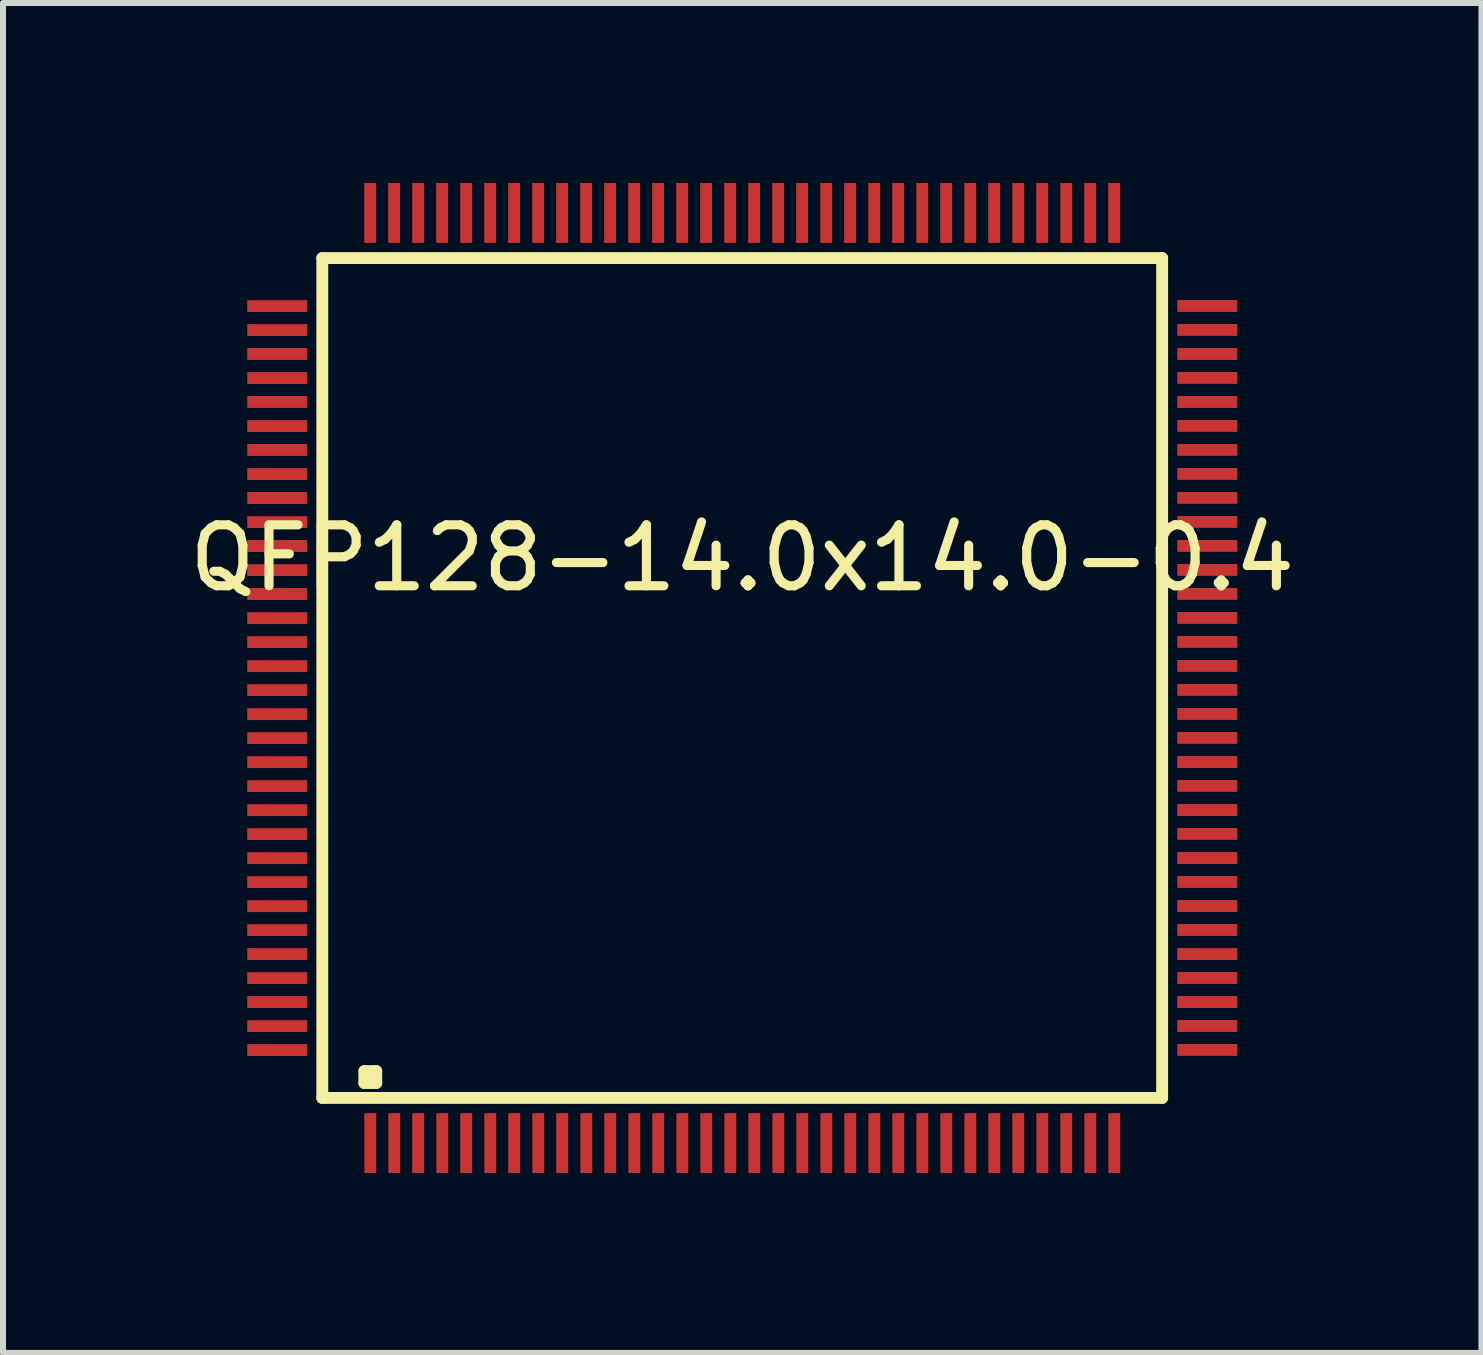
<source format=kicad_pcb>
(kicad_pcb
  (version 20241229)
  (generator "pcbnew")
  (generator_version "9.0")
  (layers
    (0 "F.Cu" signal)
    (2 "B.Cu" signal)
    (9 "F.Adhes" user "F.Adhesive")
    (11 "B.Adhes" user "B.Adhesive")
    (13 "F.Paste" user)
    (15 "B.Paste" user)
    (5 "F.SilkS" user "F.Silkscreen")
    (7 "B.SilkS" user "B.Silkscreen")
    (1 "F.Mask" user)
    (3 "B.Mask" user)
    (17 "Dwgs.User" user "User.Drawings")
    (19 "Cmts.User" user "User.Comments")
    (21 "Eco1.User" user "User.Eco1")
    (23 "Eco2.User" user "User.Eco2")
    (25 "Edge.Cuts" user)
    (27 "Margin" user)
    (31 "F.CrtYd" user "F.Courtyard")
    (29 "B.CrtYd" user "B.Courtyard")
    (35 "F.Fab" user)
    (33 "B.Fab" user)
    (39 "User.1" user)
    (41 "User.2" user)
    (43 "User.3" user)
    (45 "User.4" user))
  (footprint "QFP128-14.0x14.0-0.4"
    (layer "F.Cu")
    (at 9.319 8.249)
    (property "Reference" "QFP128-14.0x14.0-0.4" (at 0 -1.999 0) (layer "F.SilkS") (effects (font (size 1.016 1.016) (thickness 0.152))))
    (attr through_hole)
    (fp_line (start -6.998 -6.998) (end 6.998 -6.998) (stroke (width 0.198) (type solid)) (layer "F.SilkS"))
    (fp_line (start -6.998 6.998) (end -6.998 -6.998) (stroke (width 0.198) (type solid)) (layer "F.SilkS"))
    (fp_line (start -6.297 6.551) (end -6.099 6.551) (stroke (width 0.198) (type solid)) (layer "F.SilkS"))
    (fp_line (start -6.297 6.749) (end -6.297 6.551) (stroke (width 0.198) (type solid)) (layer "F.SilkS"))
    (fp_line (start -6.099 6.551) (end -6.099 6.749) (stroke (width 0.198) (type solid)) (layer "F.SilkS"))
    (fp_line (start -6.099 6.749) (end -6.297 6.749) (stroke (width 0.198) (type solid)) (layer "F.SilkS"))
    (fp_line (start 6.998 -6.998) (end 6.998 6.998) (stroke (width 0.198) (type solid)) (layer "F.SilkS"))
    (fp_line (start 6.998 6.998) (end -6.998 6.998) (stroke (width 0.198) (type solid)) (layer "F.SilkS"))
    (pad "1" smd rect (at -6.198 7.75) (size 0.198 0.998) (layers "*.Mask" "F.Cu"))
    (pad "2" smd rect (at -5.799 7.75) (size 0.198 0.998) (layers "*.Mask" "F.Cu"))
    (pad "3" smd rect (at -5.4 7.75) (size 0.198 0.998) (layers "*.Mask" "F.Cu"))
    (pad "4" smd rect (at -4.999 7.75) (size 0.198 0.998) (layers "*.Mask" "F.Cu"))
    (pad "5" smd rect (at -4.6 7.75) (size 0.198 0.998) (layers "*.Mask" "F.Cu"))
    (pad "6" smd rect (at -4.199 7.75) (size 0.198 0.998) (layers "*.Mask" "F.Cu"))
    (pad "7" smd rect (at -3.8 7.75) (size 0.198 0.998) (layers "*.Mask" "F.Cu"))
    (pad "8" smd rect (at -3.399 7.75) (size 0.198 0.998) (layers "*.Mask" "F.Cu"))
    (pad "9" smd rect (at -3 7.75) (size 0.198 0.998) (layers "*.Mask" "F.Cu"))
    (pad "10" smd rect (at -2.598 7.75) (size 0.198 0.998) (layers "*.Mask" "F.Cu"))
    (pad "11" smd rect (at -2.2 7.75) (size 0.198 0.998) (layers "*.Mask" "F.Cu"))
    (pad "12" smd rect (at -1.798 7.75) (size 0.198 0.998) (layers "*.Mask" "F.Cu"))
    (pad "13" smd rect (at -1.4 7.75) (size 0.198 0.998) (layers "*.Mask" "F.Cu"))
    (pad "14" smd rect (at -0.998 7.75) (size 0.198 0.998) (layers "*.Mask" "F.Cu"))
    (pad "15" smd rect (at -0.599 7.75) (size 0.198 0.998) (layers "*.Mask" "F.Cu"))
    (pad "16" smd rect (at -0.198 7.75) (size 0.198 0.998) (layers "*.Mask" "F.Cu"))
    (pad "17" smd rect (at 0.201 7.75) (size 0.198 0.998) (layers "*.Mask" "F.Cu"))
    (pad "18" smd rect (at 0.602 7.75) (size 0.198 0.998) (layers "*.Mask" "F.Cu"))
    (pad "19" smd rect (at 1.001 7.75) (size 0.198 0.998) (layers "*.Mask" "F.Cu"))
    (pad "20" smd rect (at 1.402 7.75) (size 0.198 0.998) (layers "*.Mask" "F.Cu"))
    (pad "21" smd rect (at 1.801 7.75) (size 0.198 0.998) (layers "*.Mask" "F.Cu"))
    (pad "22" smd rect (at 2.202 7.75) (size 0.198 0.998) (layers "*.Mask" "F.Cu"))
    (pad "23" smd rect (at 2.601 7.75) (size 0.198 0.998) (layers "*.Mask" "F.Cu"))
    (pad "24" smd rect (at 3.002 7.75) (size 0.198 0.998) (layers "*.Mask" "F.Cu"))
    (pad "25" smd rect (at 3.401 7.75) (size 0.198 0.998) (layers "*.Mask" "F.Cu"))
    (pad "26" smd rect (at 3.802 7.75) (size 0.198 0.998) (layers "*.Mask" "F.Cu"))
    (pad "27" smd rect (at 4.201 7.75) (size 0.198 0.998) (layers "*.Mask" "F.Cu"))
    (pad "28" smd rect (at 4.6 7.75) (size 0.198 0.998) (layers "*.Mask" "F.Cu"))
    (pad "29" smd rect (at 5.001 7.75) (size 0.198 0.998) (layers "*.Mask" "F.Cu"))
    (pad "30" smd rect (at 5.4 7.75) (size 0.198 0.998) (layers "*.Mask" "F.Cu"))
    (pad "31" smd rect (at 5.801 7.75) (size 0.198 0.998) (layers "*.Mask" "F.Cu"))
    (pad "32" smd rect (at 6.2 7.75) (size 0.198 0.998) (layers "*.Mask" "F.Cu"))
    (pad "33" smd rect (at 7.75 6.198 90) (size 0.198 0.998) (layers "*.Mask" "F.Cu"))
    (pad "34" smd rect (at 7.75 5.799 90) (size 0.198 0.998) (layers "*.Mask" "F.Cu"))
    (pad "35" smd rect (at 7.75 5.4 90) (size 0.198 0.998) (layers "*.Mask" "F.Cu"))
    (pad "36" smd rect (at 7.75 4.999 90) (size 0.198 0.998) (layers "*.Mask" "F.Cu"))
    (pad "37" smd rect (at 7.75 4.6 90) (size 0.198 0.998) (layers "*.Mask" "F.Cu"))
    (pad "38" smd rect (at 7.75 4.199 90) (size 0.198 0.998) (layers "*.Mask" "F.Cu"))
    (pad "39" smd rect (at 7.75 3.8 90) (size 0.198 0.998) (layers "*.Mask" "F.Cu"))
    (pad "40" smd rect (at 7.75 3.399 90) (size 0.198 0.998) (layers "*.Mask" "F.Cu"))
    (pad "41" smd rect (at 7.75 3 90) (size 0.198 0.998) (layers "*.Mask" "F.Cu"))
    (pad "42" smd rect (at 7.75 2.598 90) (size 0.198 0.998) (layers "*.Mask" "F.Cu"))
    (pad "43" smd rect (at 7.75 2.2 90) (size 0.198 0.998) (layers "*.Mask" "F.Cu"))
    (pad "44" smd rect (at 7.75 1.798 90) (size 0.198 0.998) (layers "*.Mask" "F.Cu"))
    (pad "45" smd rect (at 7.75 1.4 90) (size 0.198 0.998) (layers "*.Mask" "F.Cu"))
    (pad "46" smd rect (at 7.75 0.998 90) (size 0.198 0.998) (layers "*.Mask" "F.Cu"))
    (pad "47" smd rect (at 7.75 0.599 90) (size 0.198 0.998) (layers "*.Mask" "F.Cu"))
    (pad "48" smd rect (at 7.75 0.198 90) (size 0.198 0.998) (layers "*.Mask" "F.Cu"))
    (pad "49" smd rect (at 7.75 -0.201 90) (size 0.198 0.998) (layers "*.Mask" "F.Cu"))
    (pad "50" smd rect (at 7.75 -0.602 90) (size 0.198 0.998) (layers "*.Mask" "F.Cu"))
    (pad "51" smd rect (at 7.75 -1.001 90) (size 0.198 0.998) (layers "*.Mask" "F.Cu"))
    (pad "52" smd rect (at 7.75 -1.402 90) (size 0.198 0.998) (layers "*.Mask" "F.Cu"))
    (pad "53" smd rect (at 7.75 -1.801 90) (size 0.198 0.998) (layers "*.Mask" "F.Cu"))
    (pad "54" smd rect (at 7.75 -2.202 90) (size 0.198 0.998) (layers "*.Mask" "F.Cu"))
    (pad "55" smd rect (at 7.75 -2.601 90) (size 0.198 0.998) (layers "*.Mask" "F.Cu"))
    (pad "56" smd rect (at 7.75 -3.002 90) (size 0.198 0.998) (layers "*.Mask" "F.Cu"))
    (pad "57" smd rect (at 7.75 -3.401 90) (size 0.198 0.998) (layers "*.Mask" "F.Cu"))
    (pad "58" smd rect (at 7.75 -3.802 90) (size 0.198 0.998) (layers "*.Mask" "F.Cu"))
    (pad "59" smd rect (at 7.75 -4.201 90) (size 0.198 0.998) (layers "*.Mask" "F.Cu"))
    (pad "60" smd rect (at 7.75 -4.6 90) (size 0.198 0.998) (layers "*.Mask" "F.Cu"))
    (pad "61" smd rect (at 7.75 -5.001 90) (size 0.198 0.998) (layers "*.Mask" "F.Cu"))
    (pad "62" smd rect (at 7.75 -5.4 90) (size 0.198 0.998) (layers "*.Mask" "F.Cu"))
    (pad "63" smd rect (at 7.75 -5.801 90) (size 0.198 0.998) (layers "*.Mask" "F.Cu"))
    (pad "64" smd rect (at 7.75 -6.2 90) (size 0.198 0.998) (layers "*.Mask" "F.Cu"))
    (pad "65" smd rect (at 6.198 -7.75) (size 0.198 0.998) (layers "*.Mask" "F.Cu"))
    (pad "66" smd rect (at 5.799 -7.75) (size 0.198 0.998) (layers "*.Mask" "F.Cu"))
    (pad "67" smd rect (at 5.4 -7.75) (size 0.198 0.998) (layers "*.Mask" "F.Cu"))
    (pad "68" smd rect (at 4.999 -7.75) (size 0.198 0.998) (layers "*.Mask" "F.Cu"))
    (pad "69" smd rect (at 4.6 -7.75) (size 0.198 0.998) (layers "*.Mask" "F.Cu"))
    (pad "70" smd rect (at 4.199 -7.75) (size 0.198 0.998) (layers "*.Mask" "F.Cu"))
    (pad "71" smd rect (at 3.8 -7.75) (size 0.198 0.998) (layers "*.Mask" "F.Cu"))
    (pad "72" smd rect (at 3.399 -7.75) (size 0.198 0.998) (layers "*.Mask" "F.Cu"))
    (pad "73" smd rect (at 3 -7.75) (size 0.198 0.998) (layers "*.Mask" "F.Cu"))
    (pad "74" smd rect (at 2.598 -7.75) (size 0.198 0.998) (layers "*.Mask" "F.Cu"))
    (pad "75" smd rect (at 2.2 -7.75) (size 0.198 0.998) (layers "*.Mask" "F.Cu"))
    (pad "76" smd rect (at 1.798 -7.75) (size 0.198 0.998) (layers "*.Mask" "F.Cu"))
    (pad "77" smd rect (at 1.4 -7.75) (size 0.198 0.998) (layers "*.Mask" "F.Cu"))
    (pad "78" smd rect (at 0.998 -7.75) (size 0.198 0.998) (layers "*.Mask" "F.Cu"))
    (pad "79" smd rect (at 0.599 -7.75) (size 0.198 0.998) (layers "*.Mask" "F.Cu"))
    (pad "80" smd rect (at 0.198 -7.75) (size 0.198 0.998) (layers "*.Mask" "F.Cu"))
    (pad "81" smd rect (at -0.201 -7.75) (size 0.198 0.998) (layers "*.Mask" "F.Cu"))
    (pad "82" smd rect (at -0.602 -7.75) (size 0.198 0.998) (layers "*.Mask" "F.Cu"))
    (pad "83" smd rect (at -1.001 -7.75) (size 0.198 0.998) (layers "*.Mask" "F.Cu"))
    (pad "84" smd rect (at -1.402 -7.75) (size 0.198 0.998) (layers "*.Mask" "F.Cu"))
    (pad "85" smd rect (at -1.801 -7.75) (size 0.198 0.998) (layers "*.Mask" "F.Cu"))
    (pad "86" smd rect (at -2.202 -7.75) (size 0.198 0.998) (layers "*.Mask" "F.Cu"))
    (pad "87" smd rect (at -2.601 -7.75) (size 0.198 0.998) (layers "*.Mask" "F.Cu"))
    (pad "88" smd rect (at -3.002 -7.75) (size 0.198 0.998) (layers "*.Mask" "F.Cu"))
    (pad "89" smd rect (at -3.401 -7.75) (size 0.198 0.998) (layers "*.Mask" "F.Cu"))
    (pad "90" smd rect (at -3.802 -7.75) (size 0.198 0.998) (layers "*.Mask" "F.Cu"))
    (pad "91" smd rect (at -4.201 -7.75) (size 0.198 0.998) (layers "*.Mask" "F.Cu"))
    (pad "92" smd rect (at -4.6 -7.75) (size 0.198 0.998) (layers "*.Mask" "F.Cu"))
    (pad "93" smd rect (at -5.001 -7.75) (size 0.198 0.998) (layers "*.Mask" "F.Cu"))
    (pad "94" smd rect (at -5.4 -7.75) (size 0.198 0.998) (layers "*.Mask" "F.Cu"))
    (pad "95" smd rect (at -5.801 -7.75) (size 0.198 0.998) (layers "*.Mask" "F.Cu"))
    (pad "96" smd rect (at -6.2 -7.75) (size 0.198 0.998) (layers "*.Mask" "F.Cu"))
    (pad "97" smd rect (at -7.75 -6.198 90) (size 0.198 0.998) (layers "*.Mask" "F.Cu"))
    (pad "98" smd rect (at -7.75 -5.799 90) (size 0.198 0.998) (layers "*.Mask" "F.Cu"))
    (pad "99" smd rect (at -7.75 -5.4 90) (size 0.198 0.998) (layers "*.Mask" "F.Cu"))
    (pad "100" smd rect (at -7.75 -4.999 90) (size 0.198 0.998) (layers "*.Mask" "F.Cu"))
    (pad "101" smd rect (at -7.75 -4.6 90) (size 0.198 0.998) (layers "*.Mask" "F.Cu"))
    (pad "102" smd rect (at -7.75 -4.199 90) (size 0.198 0.998) (layers "*.Mask" "F.Cu"))
    (pad "103" smd rect (at -7.75 -3.8 90) (size 0.198 0.998) (layers "*.Mask" "F.Cu"))
    (pad "104" smd rect (at -7.75 -3.399 90) (size 0.198 0.998) (layers "*.Mask" "F.Cu"))
    (pad "105" smd rect (at -7.75 -3 90) (size 0.198 0.998) (layers "*.Mask" "F.Cu"))
    (pad "106" smd rect (at -7.75 -2.598 90) (size 0.198 0.998) (layers "*.Mask" "F.Cu"))
    (pad "107" smd rect (at -7.75 -2.2 90) (size 0.198 0.998) (layers "*.Mask" "F.Cu"))
    (pad "108" smd rect (at -7.75 -1.798 90) (size 0.198 0.998) (layers "*.Mask" "F.Cu"))
    (pad "109" smd rect (at -7.75 -1.4 90) (size 0.198 0.998) (layers "*.Mask" "F.Cu"))
    (pad "110" smd rect (at -7.75 -0.998 90) (size 0.198 0.998) (layers "*.Mask" "F.Cu"))
    (pad "111" smd rect (at -7.75 -0.599 90) (size 0.198 0.998) (layers "*.Mask" "F.Cu"))
    (pad "112" smd rect (at -7.75 -0.198 90) (size 0.198 0.998) (layers "*.Mask" "F.Cu"))
    (pad "113" smd rect (at -7.75 0.201 90) (size 0.198 0.998) (layers "*.Mask" "F.Cu"))
    (pad "114" smd rect (at -7.75 0.602 90) (size 0.198 0.998) (layers "*.Mask" "F.Cu"))
    (pad "115" smd rect (at -7.75 1.001 90) (size 0.198 0.998) (layers "*.Mask" "F.Cu"))
    (pad "116" smd rect (at -7.75 1.402 90) (size 0.198 0.998) (layers "*.Mask" "F.Cu"))
    (pad "117" smd rect (at -7.75 1.801 90) (size 0.198 0.998) (layers "*.Mask" "F.Cu"))
    (pad "118" smd rect (at -7.75 2.202 90) (size 0.198 0.998) (layers "*.Mask" "F.Cu"))
    (pad "119" smd rect (at -7.75 2.601 90) (size 0.198 0.998) (layers "*.Mask" "F.Cu"))
    (pad "120" smd rect (at -7.75 3.002 90) (size 0.198 0.998) (layers "*.Mask" "F.Cu"))
    (pad "121" smd rect (at -7.75 3.401 90) (size 0.198 0.998) (layers "*.Mask" "F.Cu"))
    (pad "122" smd rect (at -7.75 3.802 90) (size 0.198 0.998) (layers "*.Mask" "F.Cu"))
    (pad "123" smd rect (at -7.75 4.201 90) (size 0.198 0.998) (layers "*.Mask" "F.Cu"))
    (pad "124" smd rect (at -7.75 4.6 90) (size 0.198 0.998) (layers "*.Mask" "F.Cu"))
    (pad "125" smd rect (at -7.75 5.001 90) (size 0.198 0.998) (layers "*.Mask" "F.Cu"))
    (pad "126" smd rect (at -7.75 5.4 90) (size 0.198 0.998) (layers "*.Mask" "F.Cu"))
    (pad "127" smd rect (at -7.75 5.801 90) (size 0.198 0.998) (layers "*.Mask" "F.Cu"))
    (pad "128" smd rect (at -7.75 6.2 90) (size 0.198 0.998) (layers "*.Mask" "F.Cu")))
  (gr_rect
    (start -3 -3)
    (end 21.639 19.497)
    (stroke (width 0.1) (type default))
    (fill no)
    (layer "Edge.Cuts")))
</source>
